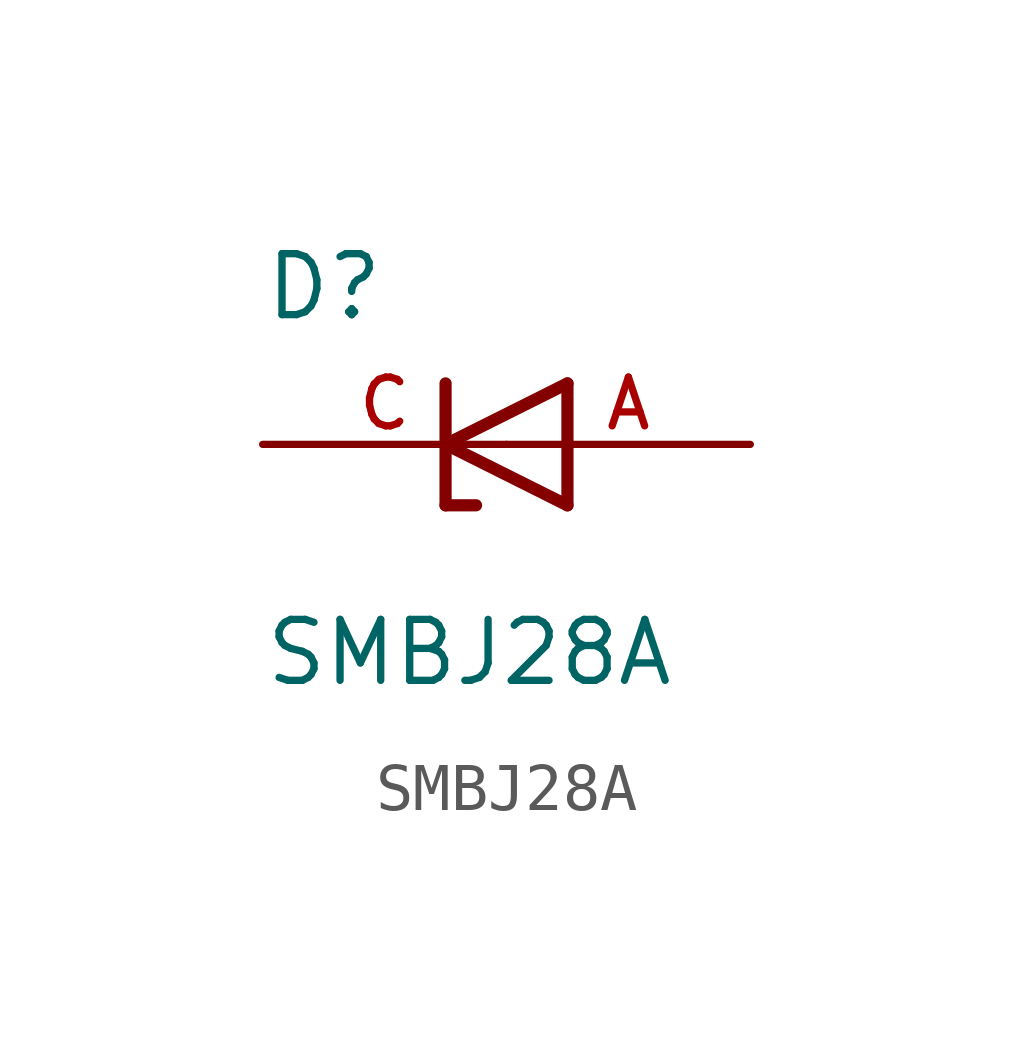
<source format=kicad_sym>
(kicad_symbol_lib
  (version 20211014)
  (generator kicad_symbol_editor)
  (symbol "SMBJ28A"
    (pin_names
      (offset 1.016))
    (property "Reference" "D"
      (at -5.08 2.54 0)
      (effects (font (size 1.27 1.27)) (justify bottom left)))
    (property "Value" "SMBJ28A"
      (at -5.08 -5.08 0)
      (effects (font (size 1.27 1.27)) (justify bottom left)))
    (symbol "SMBJ28A_0_0"
      (polyline (pts (xy 1.27 1.27) (xy -1.27 0.0)) (stroke (width 0.254)))
      (polyline (pts (xy -1.27 0.0) (xy 1.27 -1.27)) (stroke (width 0.254)))
      (polyline (pts (xy -0.635 -1.27) (xy -1.27 -1.27)) (stroke (width 0.254)))
      (polyline (pts (xy -1.27 -1.27) (xy -1.27 0.0)) (stroke (width 0.254)))
      (polyline (pts (xy 1.27 -1.27) (xy 1.27 1.27)) (stroke (width 0.254)))
      (polyline (pts (xy -1.27 0.0) (xy -1.27 1.27)) (stroke (width 0.254)))
      (pin passive line (at 5.08 0.0 180.0) (length 5.08) (name "~" (effects (font (size 1.016 1.016)))) (number "A" (effects (font (size 1.016 1.016)))))
      (pin passive line (at -5.08 0.0 0) (length 5.08) (name "~" (effects (font (size 1.016 1.016)))) (number "C" (effects (font (size 1.016 1.016))))))))
</source>
